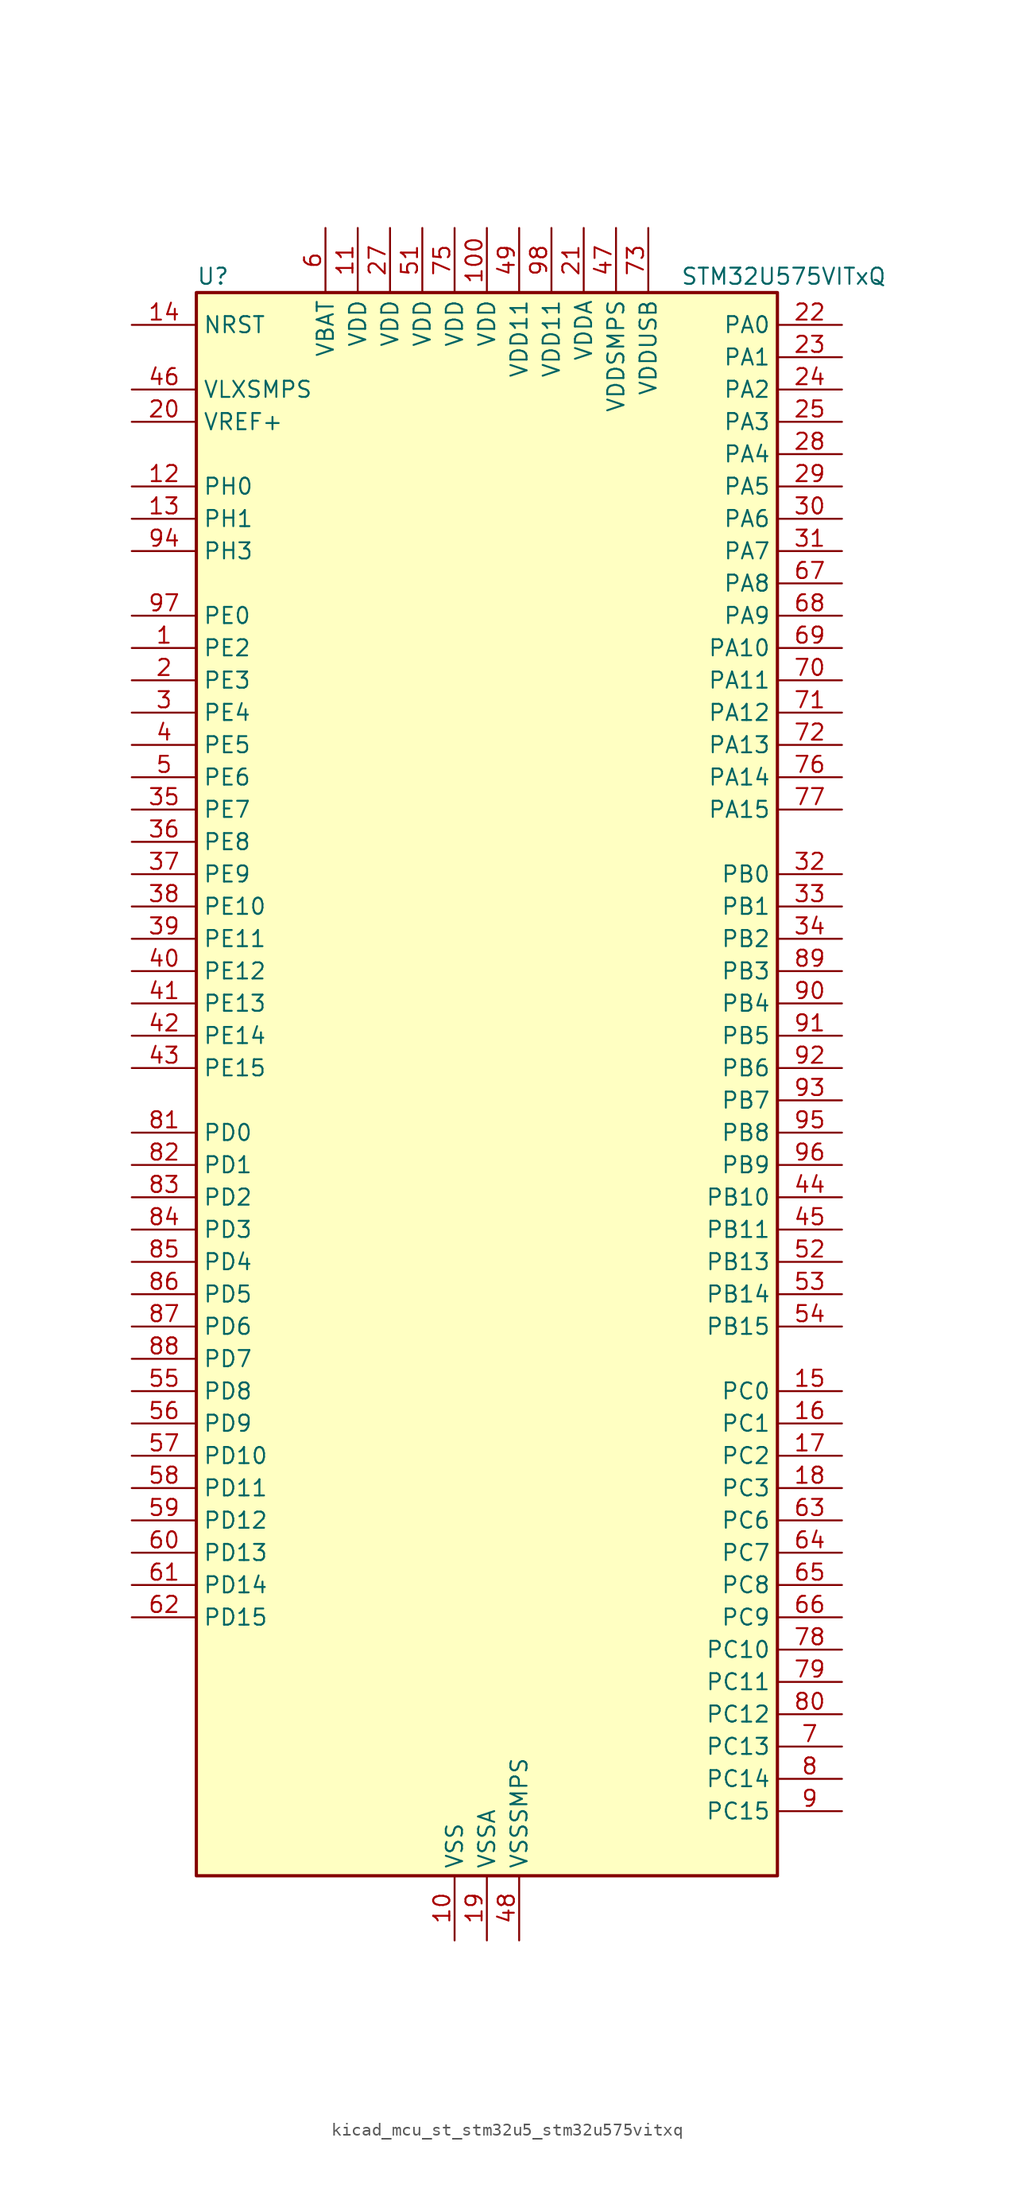
<source format=kicad_sym>
(kicad_symbol_lib
  (version 20220914)
  (generator kicad_symbol_editor)
  (symbol "kicad_mcu_st_stm32u5_stm32u575vitxq"
    (property "Reference" "U"
      (at -22.86 64.77 0)
      (effects (font (size 1.27 1.27)) (justify left)))
    (property "Value" "STM32U575VITxQ"
      (at 15.24 64.77 0)
      (effects (font (size 1.27 1.27)) (justify left)))
    (property "ki_locked" ""
      (at 0 0 0)
      (effects (font (size 1.27 1.27))))
    (symbol "kicad_mcu_st_stm32u5_stm32u575vitxq_0_1"
      (rectangle (start -22.86 -60.96) (end 22.86 63.5) (stroke (width 0.254) (type default)) (fill (type background))))
    (symbol "kicad_mcu_st_stm32u5_stm32u575vitxq_1_1"
      (pin bidirectional line (at -27.94 35.56 0) (length 5.08) (name "PE2" (effects (font (size 1.27 1.27)))) (number "1" (effects (font (size 1.27 1.27)))) (alternate "DEBUG_TRACECLK" bidirectional line) (alternate "FMC_A23" bidirectional line) (alternate "SAI1_CK1" bidirectional line) (alternate "SAI1_MCLK_A" bidirectional line) (alternate "TIM3_ETR" bidirectional line) (alternate "TSC_G7_IO1" bidirectional line))
      (pin power_in line (at -2.54 -66.04 90) (length 5.08) (name "VSS" (effects (font (size 1.27 1.27)))) (number "10" (effects (font (size 1.27 1.27)))))
      (pin power_in line (at 0 68.58 270) (length 5.08) (name "VDD" (effects (font (size 1.27 1.27)))) (number "100" (effects (font (size 1.27 1.27)))))
      (pin power_in line (at -10.16 68.58 270) (length 5.08) (name "VDD" (effects (font (size 1.27 1.27)))) (number "11" (effects (font (size 1.27 1.27)))))
      (pin bidirectional line (at -27.94 48.26 0) (length 5.08) (name "PH0" (effects (font (size 1.27 1.27)))) (number "12" (effects (font (size 1.27 1.27)))) (alternate "RCC_OSC_IN" bidirectional line))
      (pin bidirectional line (at -27.94 45.72 0) (length 5.08) (name "PH1" (effects (font (size 1.27 1.27)))) (number "13" (effects (font (size 1.27 1.27)))) (alternate "RCC_OSC_OUT" bidirectional line))
      (pin input line (at -27.94 60.96 0) (length 5.08) (name "NRST" (effects (font (size 1.27 1.27)))) (number "14" (effects (font (size 1.27 1.27)))))
      (pin bidirectional line (at 27.94 -22.86 180) (length 5.08) (name "PC0" (effects (font (size 1.27 1.27)))) (number "15" (effects (font (size 1.27 1.27)))) (alternate "ADC1_IN1" bidirectional line) (alternate "ADC4_IN1" bidirectional line) (alternate "I2C3_SCL" bidirectional line) (alternate "LPTIM1_IN1" bidirectional line) (alternate "LPTIM2_IN1" bidirectional line) (alternate "LPUART1_RX" bidirectional line) (alternate "MDF1_SDI4" bidirectional line) (alternate "OCTOSPIM_P1_IO7" bidirectional line) (alternate "SAI2_FS_A" bidirectional line) (alternate "SDMMC1_D5" bidirectional line) (alternate "SPI2_RDY" bidirectional line))
      (pin bidirectional line (at 27.94 -25.4 180) (length 5.08) (name "PC1" (effects (font (size 1.27 1.27)))) (number "16" (effects (font (size 1.27 1.27)))) (alternate "ADC1_IN2" bidirectional line) (alternate "ADC4_IN2" bidirectional line) (alternate "DEBUG_TRACED0" bidirectional line) (alternate "I2C3_SDA" bidirectional line) (alternate "LPTIM1_CH1" bidirectional line) (alternate "LPUART1_TX" bidirectional line) (alternate "MDF1_CKI4" bidirectional line) (alternate "OCTOSPIM_P1_IO4" bidirectional line) (alternate "SAI1_SD_A" bidirectional line) (alternate "SDMMC2_CK" bidirectional line) (alternate "SPI2_MOSI" bidirectional line))
      (pin bidirectional line (at 27.94 -27.94 180) (length 5.08) (name "PC2" (effects (font (size 1.27 1.27)))) (number "17" (effects (font (size 1.27 1.27)))) (alternate "ADC1_IN3" bidirectional line) (alternate "ADC4_IN3" bidirectional line) (alternate "LPTIM1_IN2" bidirectional line) (alternate "MDF1_CCK1" bidirectional line) (alternate "OCTOSPIM_P1_IO5" bidirectional line) (alternate "SPI2_MISO" bidirectional line))
      (pin bidirectional line (at 27.94 -30.48 180) (length 5.08) (name "PC3" (effects (font (size 1.27 1.27)))) (number "18" (effects (font (size 1.27 1.27)))) (alternate "ADC1_IN4" bidirectional line) (alternate "ADC4_IN4" bidirectional line) (alternate "LPTIM1_ETR" bidirectional line) (alternate "LPTIM2_ETR" bidirectional line) (alternate "LPTIM3_CH1" bidirectional line) (alternate "OCTOSPIM_P1_IO6" bidirectional line) (alternate "SAI1_D1" bidirectional line) (alternate "SAI1_SD_A" bidirectional line) (alternate "SPI2_MOSI" bidirectional line))
      (pin power_in line (at 0 -66.04 90) (length 5.08) (name "VSSA" (effects (font (size 1.27 1.27)))) (number "19" (effects (font (size 1.27 1.27)))))
      (pin bidirectional line (at -27.94 33.02 0) (length 5.08) (name "PE3" (effects (font (size 1.27 1.27)))) (number "2" (effects (font (size 1.27 1.27)))) (alternate "DEBUG_TRACED0" bidirectional line) (alternate "FMC_A19" bidirectional line) (alternate "OCTOSPIM_P1_DQS" bidirectional line) (alternate "SAI1_SD_B" bidirectional line) (alternate "TAMP_IN6" bidirectional line) (alternate "TAMP_OUT3" bidirectional line) (alternate "TIM3_CH1" bidirectional line) (alternate "TSC_G7_IO2" bidirectional line))
      (pin input line (at -27.94 53.34 0) (length 5.08) (name "VREF+" (effects (font (size 1.27 1.27)))) (number "20" (effects (font (size 1.27 1.27)))) (alternate "VREFBUF_OUT" bidirectional line))
      (pin power_in line (at 7.62 68.58 270) (length 5.08) (name "VDDA" (effects (font (size 1.27 1.27)))) (number "21" (effects (font (size 1.27 1.27)))))
      (pin bidirectional line (at 27.94 60.96 180) (length 5.08) (name "PA0" (effects (font (size 1.27 1.27)))) (number "22" (effects (font (size 1.27 1.27)))) (alternate "ADC1_IN5" bidirectional line) (alternate "AUDIOCLK" bidirectional line) (alternate "OCTOSPIM_P2_NCS" bidirectional line) (alternate "OPAMP1_VINP" bidirectional line) (alternate "PWR_WKUP1" bidirectional line) (alternate "SDMMC2_CMD" bidirectional line) (alternate "SPI3_RDY" bidirectional line) (alternate "TAMP_IN2" bidirectional line) (alternate "TAMP_OUT1" bidirectional line) (alternate "TIM2_CH1" bidirectional line) (alternate "TIM2_ETR" bidirectional line) (alternate "TIM5_CH1" bidirectional line) (alternate "TIM8_ETR" bidirectional line) (alternate "UART4_TX" bidirectional line) (alternate "USART2_CTS" bidirectional line))
      (pin bidirectional line (at 27.94 58.42 180) (length 5.08) (name "PA1" (effects (font (size 1.27 1.27)))) (number "23" (effects (font (size 1.27 1.27)))) (alternate "ADC1_IN6" bidirectional line) (alternate "I2C1_SMBA" bidirectional line) (alternate "LPTIM1_CH2" bidirectional line) (alternate "OCTOSPIM_P1_DQS" bidirectional line) (alternate "OPAMP1_VINM" bidirectional line) (alternate "PWR_WKUP3" bidirectional line) (alternate "SPI1_SCK" bidirectional line) (alternate "TAMP_IN5" bidirectional line) (alternate "TAMP_OUT4" bidirectional line) (alternate "TIM15_CH1N" bidirectional line) (alternate "TIM2_CH2" bidirectional line) (alternate "TIM5_CH2" bidirectional line) (alternate "UART4_RX" bidirectional line) (alternate "USART2_DE" bidirectional line) (alternate "USART2_RTS" bidirectional line))
      (pin bidirectional line (at 27.94 55.88 180) (length 5.08) (name "PA2" (effects (font (size 1.27 1.27)))) (number "24" (effects (font (size 1.27 1.27)))) (alternate "ADC1_IN7" bidirectional line) (alternate "COMP1_INP" bidirectional line) (alternate "LPUART1_TX" bidirectional line) (alternate "OCTOSPIM_P1_NCS" bidirectional line) (alternate "PWR_WKUP4" bidirectional line) (alternate "RCC_LSCO" bidirectional line) (alternate "SPI1_RDY" bidirectional line) (alternate "TIM15_CH1" bidirectional line) (alternate "TIM2_CH3" bidirectional line) (alternate "TIM5_CH3" bidirectional line) (alternate "UCPD1_FRSTX1" bidirectional line) (alternate "USART2_TX" bidirectional line))
      (pin bidirectional line (at 27.94 53.34 180) (length 5.08) (name "PA3" (effects (font (size 1.27 1.27)))) (number "25" (effects (font (size 1.27 1.27)))) (alternate "ADC1_IN8" bidirectional line) (alternate "LPUART1_RX" bidirectional line) (alternate "OCTOSPIM_P1_CLK" bidirectional line) (alternate "OPAMP1_VOUT" bidirectional line) (alternate "PWR_WKUP5" bidirectional line) (alternate "SAI1_CK1" bidirectional line) (alternate "SAI1_MCLK_A" bidirectional line) (alternate "TIM15_CH2" bidirectional line) (alternate "TIM2_CH4" bidirectional line) (alternate "TIM5_CH4" bidirectional line) (alternate "USART2_RX" bidirectional line))
      (pin passive line (at -2.54 -66.04 90) (length 5.08) hide (name "VSS" (effects (font (size 1.27 1.27)))) (number "26" (effects (font (size 1.27 1.27)))))
      (pin power_in line (at -7.62 68.58 270) (length 5.08) (name "VDD" (effects (font (size 1.27 1.27)))) (number "27" (effects (font (size 1.27 1.27)))))
      (pin bidirectional line (at 27.94 50.8 180) (length 5.08) (name "PA4" (effects (font (size 1.27 1.27)))) (number "28" (effects (font (size 1.27 1.27)))) (alternate "ADC1_IN9" bidirectional line) (alternate "ADC4_IN9" bidirectional line) (alternate "DAC1_OUT1" bidirectional line) (alternate "DCMI_HSYNC" bidirectional line) (alternate "LPTIM2_CH1" bidirectional line) (alternate "OCTOSPIM_P1_NCS" bidirectional line) (alternate "PSSI_DE" bidirectional line) (alternate "PWR_WKUP2" bidirectional line) (alternate "SAI1_FS_B" bidirectional line) (alternate "SPI1_NSS" bidirectional line) (alternate "SPI3_NSS" bidirectional line) (alternate "USART2_CK" bidirectional line))
      (pin bidirectional line (at 27.94 48.26 180) (length 5.08) (name "PA5" (effects (font (size 1.27 1.27)))) (number "29" (effects (font (size 1.27 1.27)))) (alternate "ADC1_IN10" bidirectional line) (alternate "ADC4_IN10" bidirectional line) (alternate "DAC1_OUT2" bidirectional line) (alternate "LPTIM2_ETR" bidirectional line) (alternate "PSSI_D14" bidirectional line) (alternate "PWR_CSLEEP" bidirectional line) (alternate "PWR_WKUP6" bidirectional line) (alternate "SPI1_SCK" bidirectional line) (alternate "TIM2_CH1" bidirectional line) (alternate "TIM2_ETR" bidirectional line) (alternate "TIM8_CH1N" bidirectional line) (alternate "USART3_RX" bidirectional line))
      (pin bidirectional line (at -27.94 30.48 0) (length 5.08) (name "PE4" (effects (font (size 1.27 1.27)))) (number "3" (effects (font (size 1.27 1.27)))) (alternate "DCMI_D4" bidirectional line) (alternate "DEBUG_TRACED1" bidirectional line) (alternate "FMC_A20" bidirectional line) (alternate "MDF1_SDI3" bidirectional line) (alternate "PSSI_D4" bidirectional line) (alternate "PWR_WKUP1" bidirectional line) (alternate "SAI1_D2" bidirectional line) (alternate "SAI1_FS_A" bidirectional line) (alternate "TAMP_IN7" bidirectional line) (alternate "TAMP_OUT8" bidirectional line) (alternate "TIM3_CH2" bidirectional line) (alternate "TSC_G7_IO3" bidirectional line))
      (pin bidirectional line (at 27.94 45.72 180) (length 5.08) (name "PA6" (effects (font (size 1.27 1.27)))) (number "30" (effects (font (size 1.27 1.27)))) (alternate "ADC1_IN11" bidirectional line) (alternate "ADC4_IN11" bidirectional line) (alternate "DCMI_PIXCLK" bidirectional line) (alternate "LPUART1_CTS" bidirectional line) (alternate "OCTOSPIM_P1_IO3" bidirectional line) (alternate "OPAMP2_VINP" bidirectional line) (alternate "PSSI_PDCK" bidirectional line) (alternate "PWR_CDSTOP" bidirectional line) (alternate "PWR_WKUP7" bidirectional line) (alternate "SPI1_MISO" bidirectional line) (alternate "TIM16_CH1" bidirectional line) (alternate "TIM1_BKIN" bidirectional line) (alternate "TIM3_CH1" bidirectional line) (alternate "TIM8_BKIN" bidirectional line) (alternate "USART3_CTS" bidirectional line))
      (pin bidirectional line (at 27.94 43.18 180) (length 5.08) (name "PA7" (effects (font (size 1.27 1.27)))) (number "31" (effects (font (size 1.27 1.27)))) (alternate "ADC1_IN12" bidirectional line) (alternate "ADC4_IN20" bidirectional line) (alternate "I2C3_SCL" bidirectional line) (alternate "LPTIM2_CH2" bidirectional line) (alternate "OCTOSPIM_P1_IO2" bidirectional line) (alternate "OPAMP2_VINM" bidirectional line) (alternate "PWR_SRDSTOP" bidirectional line) (alternate "PWR_WKUP8" bidirectional line) (alternate "SPI1_MOSI" bidirectional line) (alternate "TIM17_CH1" bidirectional line) (alternate "TIM1_CH1N" bidirectional line) (alternate "TIM3_CH2" bidirectional line) (alternate "TIM8_CH1N" bidirectional line) (alternate "USART3_TX" bidirectional line))
      (pin bidirectional line (at 27.94 17.78 180) (length 5.08) (name "PB0" (effects (font (size 1.27 1.27)))) (number "32" (effects (font (size 1.27 1.27)))) (alternate "ADC1_IN15" bidirectional line) (alternate "ADC4_IN18" bidirectional line) (alternate "AUDIOCLK" bidirectional line) (alternate "COMP1_OUT" bidirectional line) (alternate "LPTIM3_CH1" bidirectional line) (alternate "OCTOSPIM_P1_IO1" bidirectional line) (alternate "OPAMP2_VOUT" bidirectional line) (alternate "SPI1_NSS" bidirectional line) (alternate "TIM1_CH2N" bidirectional line) (alternate "TIM3_CH3" bidirectional line) (alternate "TIM8_CH2N" bidirectional line) (alternate "USART3_CK" bidirectional line))
      (pin bidirectional line (at 27.94 15.24 180) (length 5.08) (name "PB1" (effects (font (size 1.27 1.27)))) (number "33" (effects (font (size 1.27 1.27)))) (alternate "ADC1_IN16" bidirectional line) (alternate "ADC4_IN19" bidirectional line) (alternate "COMP1_INM" bidirectional line) (alternate "LPTIM2_IN1" bidirectional line) (alternate "LPTIM3_CH2" bidirectional line) (alternate "LPUART1_DE" bidirectional line) (alternate "LPUART1_RTS" bidirectional line) (alternate "MDF1_SDI0" bidirectional line) (alternate "OCTOSPIM_P1_IO0" bidirectional line) (alternate "PWR_WKUP4" bidirectional line) (alternate "TIM1_CH3N" bidirectional line) (alternate "TIM3_CH4" bidirectional line) (alternate "TIM8_CH3N" bidirectional line) (alternate "USART3_DE" bidirectional line) (alternate "USART3_RTS" bidirectional line))
      (pin bidirectional line (at 27.94 12.7 180) (length 5.08) (name "PB2" (effects (font (size 1.27 1.27)))) (number "34" (effects (font (size 1.27 1.27)))) (alternate "ADC1_IN17" bidirectional line) (alternate "COMP1_INP" bidirectional line) (alternate "I2C3_SMBA" bidirectional line) (alternate "LPTIM1_CH1" bidirectional line) (alternate "MDF1_CKI0" bidirectional line) (alternate "OCTOSPIM_P1_DQS" bidirectional line) (alternate "PWR_WKUP1" bidirectional line) (alternate "RTC_OUT2" bidirectional line) (alternate "SPI1_RDY" bidirectional line) (alternate "TIM8_CH4N" bidirectional line) (alternate "UCPD1_FRSTX1" bidirectional line))
      (pin bidirectional line (at -27.94 22.86 0) (length 5.08) (name "PE7" (effects (font (size 1.27 1.27)))) (number "35" (effects (font (size 1.27 1.27)))) (alternate "FMC_D4" bidirectional line) (alternate "FMC_DA4" bidirectional line) (alternate "MDF1_SDI2" bidirectional line) (alternate "PWR_WKUP6" bidirectional line) (alternate "SAI1_SD_B" bidirectional line) (alternate "TIM1_ETR" bidirectional line))
      (pin bidirectional line (at -27.94 20.32 0) (length 5.08) (name "PE8" (effects (font (size 1.27 1.27)))) (number "36" (effects (font (size 1.27 1.27)))) (alternate "FMC_D5" bidirectional line) (alternate "FMC_DA5" bidirectional line) (alternate "MDF1_CKI2" bidirectional line) (alternate "PWR_WKUP7" bidirectional line) (alternate "SAI1_SCK_B" bidirectional line) (alternate "TIM1_CH1N" bidirectional line))
      (pin bidirectional line (at -27.94 17.78 0) (length 5.08) (name "PE9" (effects (font (size 1.27 1.27)))) (number "37" (effects (font (size 1.27 1.27)))) (alternate "ADF1_CCK0" bidirectional line) (alternate "DAC1_EXTI9" bidirectional line) (alternate "FMC_D6" bidirectional line) (alternate "FMC_DA6" bidirectional line) (alternate "MDF1_CCK0" bidirectional line) (alternate "OCTOSPIM_P1_NCLK" bidirectional line) (alternate "SAI1_FS_B" bidirectional line) (alternate "TIM1_CH1" bidirectional line))
      (pin bidirectional line (at -27.94 15.24 0) (length 5.08) (name "PE10" (effects (font (size 1.27 1.27)))) (number "38" (effects (font (size 1.27 1.27)))) (alternate "ADF1_SDI0" bidirectional line) (alternate "FMC_D7" bidirectional line) (alternate "FMC_DA7" bidirectional line) (alternate "MDF1_SDI4" bidirectional line) (alternate "OCTOSPIM_P1_CLK" bidirectional line) (alternate "SAI1_MCLK_B" bidirectional line) (alternate "TIM1_CH2N" bidirectional line) (alternate "TSC_G5_IO1" bidirectional line))
      (pin bidirectional line (at -27.94 12.7 0) (length 5.08) (name "PE11" (effects (font (size 1.27 1.27)))) (number "39" (effects (font (size 1.27 1.27)))) (alternate "ADC1_EXTI11" bidirectional line) (alternate "FMC_D8" bidirectional line) (alternate "FMC_DA8" bidirectional line) (alternate "MDF1_CKI4" bidirectional line) (alternate "OCTOSPIM_P1_NCS" bidirectional line) (alternate "SPI1_RDY" bidirectional line) (alternate "TIM1_CH2" bidirectional line) (alternate "TSC_G5_IO2" bidirectional line))
      (pin bidirectional line (at -27.94 27.94 0) (length 5.08) (name "PE5" (effects (font (size 1.27 1.27)))) (number "4" (effects (font (size 1.27 1.27)))) (alternate "DCMI_D6" bidirectional line) (alternate "DEBUG_TRACED2" bidirectional line) (alternate "FMC_A21" bidirectional line) (alternate "MDF1_CKI3" bidirectional line) (alternate "PSSI_D6" bidirectional line) (alternate "PWR_WKUP2" bidirectional line) (alternate "SAI1_CK2" bidirectional line) (alternate "SAI1_SCK_A" bidirectional line) (alternate "TAMP_IN8" bidirectional line) (alternate "TAMP_OUT7" bidirectional line) (alternate "TIM3_CH3" bidirectional line) (alternate "TSC_G7_IO4" bidirectional line))
      (pin bidirectional line (at -27.94 10.16 0) (length 5.08) (name "PE12" (effects (font (size 1.27 1.27)))) (number "40" (effects (font (size 1.27 1.27)))) (alternate "FMC_D9" bidirectional line) (alternate "FMC_DA9" bidirectional line) (alternate "MDF1_SDI5" bidirectional line) (alternate "OCTOSPIM_P1_IO0" bidirectional line) (alternate "SPI1_NSS" bidirectional line) (alternate "TIM1_CH3N" bidirectional line) (alternate "TSC_G5_IO3" bidirectional line))
      (pin bidirectional line (at -27.94 7.62 0) (length 5.08) (name "PE13" (effects (font (size 1.27 1.27)))) (number "41" (effects (font (size 1.27 1.27)))) (alternate "FMC_D10" bidirectional line) (alternate "FMC_DA10" bidirectional line) (alternate "MDF1_CKI5" bidirectional line) (alternate "OCTOSPIM_P1_IO1" bidirectional line) (alternate "SPI1_SCK" bidirectional line) (alternate "TIM1_CH3" bidirectional line) (alternate "TSC_G5_IO4" bidirectional line))
      (pin bidirectional line (at -27.94 5.08 0) (length 5.08) (name "PE14" (effects (font (size 1.27 1.27)))) (number "42" (effects (font (size 1.27 1.27)))) (alternate "FMC_D11" bidirectional line) (alternate "FMC_DA11" bidirectional line) (alternate "OCTOSPIM_P1_IO2" bidirectional line) (alternate "SPI1_MISO" bidirectional line) (alternate "TIM1_BKIN2" bidirectional line) (alternate "TIM1_CH4" bidirectional line))
      (pin bidirectional line (at -27.94 2.54 0) (length 5.08) (name "PE15" (effects (font (size 1.27 1.27)))) (number "43" (effects (font (size 1.27 1.27)))) (alternate "ADC1_EXTI15" bidirectional line) (alternate "ADC4_EXTI15" bidirectional line) (alternate "FMC_D12" bidirectional line) (alternate "FMC_DA12" bidirectional line) (alternate "OCTOSPIM_P1_IO3" bidirectional line) (alternate "SPI1_MOSI" bidirectional line) (alternate "TIM1_BKIN" bidirectional line) (alternate "TIM1_CH4N" bidirectional line))
      (pin bidirectional line (at 27.94 -7.62 180) (length 5.08) (name "PB10" (effects (font (size 1.27 1.27)))) (number "44" (effects (font (size 1.27 1.27)))) (alternate "COMP1_OUT" bidirectional line) (alternate "I2C2_SCL" bidirectional line) (alternate "I2C4_SCL" bidirectional line) (alternate "LPTIM3_CH1" bidirectional line) (alternate "LPUART1_RX" bidirectional line) (alternate "OCTOSPIM_P1_CLK" bidirectional line) (alternate "PWR_WKUP8" bidirectional line) (alternate "SAI1_SCK_A" bidirectional line) (alternate "SPI2_SCK" bidirectional line) (alternate "TIM2_CH3" bidirectional line) (alternate "TSC_SYNC" bidirectional line) (alternate "USART3_TX" bidirectional line))
      (pin bidirectional line (at 27.94 -10.16 180) (length 5.08) (name "PB11" (effects (font (size 1.27 1.27)))) (number "45" (effects (font (size 1.27 1.27)))) (alternate "ADC1_EXTI11" bidirectional line) (alternate "COMP2_OUT" bidirectional line) (alternate "I2C2_SDA" bidirectional line) (alternate "I2C4_SDA" bidirectional line) (alternate "LPUART1_TX" bidirectional line) (alternate "OCTOSPIM_P1_NCS" bidirectional line) (alternate "SPI2_RDY" bidirectional line) (alternate "TIM2_CH4" bidirectional line) (alternate "USART3_RX" bidirectional line))
      (pin power_in line (at -27.94 55.88 0) (length 5.08) (name "VLXSMPS" (effects (font (size 1.27 1.27)))) (number "46" (effects (font (size 1.27 1.27)))))
      (pin power_in line (at 10.16 68.58 270) (length 5.08) (name "VDDSMPS" (effects (font (size 1.27 1.27)))) (number "47" (effects (font (size 1.27 1.27)))))
      (pin power_in line (at 2.54 -66.04 90) (length 5.08) (name "VSSSMPS" (effects (font (size 1.27 1.27)))) (number "48" (effects (font (size 1.27 1.27)))))
      (pin power_in line (at 2.54 68.58 270) (length 5.08) (name "VDD11" (effects (font (size 1.27 1.27)))) (number "49" (effects (font (size 1.27 1.27)))))
      (pin bidirectional line (at -27.94 25.4 0) (length 5.08) (name "PE6" (effects (font (size 1.27 1.27)))) (number "5" (effects (font (size 1.27 1.27)))) (alternate "DCMI_D7" bidirectional line) (alternate "DEBUG_TRACED3" bidirectional line) (alternate "FMC_A22" bidirectional line) (alternate "PSSI_D7" bidirectional line) (alternate "PWR_WKUP3" bidirectional line) (alternate "SAI1_D1" bidirectional line) (alternate "SAI1_SD_A" bidirectional line) (alternate "TAMP_IN3" bidirectional line) (alternate "TAMP_OUT6" bidirectional line) (alternate "TIM3_CH4" bidirectional line))
      (pin passive line (at -2.54 -66.04 90) (length 5.08) hide (name "VSS" (effects (font (size 1.27 1.27)))) (number "50" (effects (font (size 1.27 1.27)))))
      (pin power_in line (at -5.08 68.58 270) (length 5.08) (name "VDD" (effects (font (size 1.27 1.27)))) (number "51" (effects (font (size 1.27 1.27)))))
      (pin bidirectional line (at 27.94 -12.7 180) (length 5.08) (name "PB13" (effects (font (size 1.27 1.27)))) (number "52" (effects (font (size 1.27 1.27)))) (alternate "I2C2_SCL" bidirectional line) (alternate "LPTIM3_IN1" bidirectional line) (alternate "LPUART1_CTS" bidirectional line) (alternate "MDF1_CKI1" bidirectional line) (alternate "SAI2_SCK_A" bidirectional line) (alternate "SPI2_SCK" bidirectional line) (alternate "TIM15_CH1N" bidirectional line) (alternate "TIM1_CH1N" bidirectional line) (alternate "TSC_G1_IO2" bidirectional line) (alternate "USART3_CTS" bidirectional line))
      (pin bidirectional line (at 27.94 -15.24 180) (length 5.08) (name "PB14" (effects (font (size 1.27 1.27)))) (number "53" (effects (font (size 1.27 1.27)))) (alternate "I2C2_SDA" bidirectional line) (alternate "LPTIM3_ETR" bidirectional line) (alternate "MDF1_SDI2" bidirectional line) (alternate "SAI2_MCLK_A" bidirectional line) (alternate "SDMMC2_D0" bidirectional line) (alternate "SPI2_MISO" bidirectional line) (alternate "TIM15_CH1" bidirectional line) (alternate "TIM1_CH2N" bidirectional line) (alternate "TIM8_CH2N" bidirectional line) (alternate "TSC_G1_IO3" bidirectional line) (alternate "UCPD1_DBCC2" bidirectional line) (alternate "USART3_DE" bidirectional line) (alternate "USART3_RTS" bidirectional line))
      (pin bidirectional line (at 27.94 -17.78 180) (length 5.08) (name "PB15" (effects (font (size 1.27 1.27)))) (number "54" (effects (font (size 1.27 1.27)))) (alternate "ADC1_EXTI15" bidirectional line) (alternate "ADC4_EXTI15" bidirectional line) (alternate "FMC_NBL1" bidirectional line) (alternate "LPTIM2_IN2" bidirectional line) (alternate "MDF1_CKI2" bidirectional line) (alternate "PWR_WKUP7" bidirectional line) (alternate "RTC_REFIN" bidirectional line) (alternate "SAI2_SD_A" bidirectional line) (alternate "SDMMC2_D1" bidirectional line) (alternate "SPI2_MOSI" bidirectional line) (alternate "TIM15_CH2" bidirectional line) (alternate "TIM1_CH3N" bidirectional line) (alternate "TIM8_CH3N" bidirectional line) (alternate "UCPD1_CC2" bidirectional line))
      (pin bidirectional line (at -27.94 -22.86 0) (length 5.08) (name "PD8" (effects (font (size 1.27 1.27)))) (number "55" (effects (font (size 1.27 1.27)))) (alternate "DCMI_HSYNC" bidirectional line) (alternate "FMC_D13" bidirectional line) (alternate "FMC_DA13" bidirectional line) (alternate "PSSI_DE" bidirectional line) (alternate "USART3_TX" bidirectional line))
      (pin bidirectional line (at -27.94 -25.4 0) (length 5.08) (name "PD9" (effects (font (size 1.27 1.27)))) (number "56" (effects (font (size 1.27 1.27)))) (alternate "DAC1_EXTI9" bidirectional line) (alternate "DCMI_PIXCLK" bidirectional line) (alternate "FMC_D14" bidirectional line) (alternate "FMC_DA14" bidirectional line) (alternate "LPTIM2_IN2" bidirectional line) (alternate "LPTIM3_IN1" bidirectional line) (alternate "PSSI_PDCK" bidirectional line) (alternate "SAI2_MCLK_A" bidirectional line) (alternate "USART3_RX" bidirectional line))
      (pin bidirectional line (at -27.94 -27.94 0) (length 5.08) (name "PD10" (effects (font (size 1.27 1.27)))) (number "57" (effects (font (size 1.27 1.27)))) (alternate "FMC_D15" bidirectional line) (alternate "FMC_DA15" bidirectional line) (alternate "LPTIM2_CH2" bidirectional line) (alternate "LPTIM3_ETR" bidirectional line) (alternate "SAI2_SCK_A" bidirectional line) (alternate "TSC_G6_IO1" bidirectional line) (alternate "USART3_CK" bidirectional line))
      (pin bidirectional line (at -27.94 -30.48 0) (length 5.08) (name "PD11" (effects (font (size 1.27 1.27)))) (number "58" (effects (font (size 1.27 1.27)))) (alternate "ADC1_EXTI11" bidirectional line) (alternate "ADC4_IN15" bidirectional line) (alternate "FMC_A16" bidirectional line) (alternate "FMC_CLE" bidirectional line) (alternate "I2C4_SMBA" bidirectional line) (alternate "LPTIM2_ETR" bidirectional line) (alternate "SAI2_SD_A" bidirectional line) (alternate "TSC_G6_IO2" bidirectional line) (alternate "USART3_CTS" bidirectional line))
      (pin bidirectional line (at -27.94 -33.02 0) (length 5.08) (name "PD12" (effects (font (size 1.27 1.27)))) (number "59" (effects (font (size 1.27 1.27)))) (alternate "ADC4_IN16" bidirectional line) (alternate "FMC_A17" bidirectional line) (alternate "FMC_ALE" bidirectional line) (alternate "I2C4_SCL" bidirectional line) (alternate "LPTIM2_IN1" bidirectional line) (alternate "SAI2_FS_A" bidirectional line) (alternate "TIM4_CH1" bidirectional line) (alternate "TSC_G6_IO3" bidirectional line) (alternate "USART3_DE" bidirectional line) (alternate "USART3_RTS" bidirectional line))
      (pin power_in line (at -12.7 68.58 270) (length 5.08) (name "VBAT" (effects (font (size 1.27 1.27)))) (number "6" (effects (font (size 1.27 1.27)))))
      (pin bidirectional line (at -27.94 -35.56 0) (length 5.08) (name "PD13" (effects (font (size 1.27 1.27)))) (number "60" (effects (font (size 1.27 1.27)))) (alternate "ADC4_IN17" bidirectional line) (alternate "FMC_A18" bidirectional line) (alternate "I2C4_SDA" bidirectional line) (alternate "LPTIM2_CH1" bidirectional line) (alternate "LPTIM4_IN1" bidirectional line) (alternate "TIM4_CH2" bidirectional line) (alternate "TSC_G6_IO4" bidirectional line))
      (pin bidirectional line (at -27.94 -38.1 0) (length 5.08) (name "PD14" (effects (font (size 1.27 1.27)))) (number "61" (effects (font (size 1.27 1.27)))) (alternate "FMC_D0" bidirectional line) (alternate "FMC_DA0" bidirectional line) (alternate "LPTIM3_CH1" bidirectional line) (alternate "TIM4_CH3" bidirectional line))
      (pin bidirectional line (at -27.94 -40.64 0) (length 5.08) (name "PD15" (effects (font (size 1.27 1.27)))) (number "62" (effects (font (size 1.27 1.27)))) (alternate "ADC1_EXTI15" bidirectional line) (alternate "ADC4_EXTI15" bidirectional line) (alternate "FMC_D1" bidirectional line) (alternate "FMC_DA1" bidirectional line) (alternate "LPTIM3_CH2" bidirectional line) (alternate "TIM4_CH4" bidirectional line))
      (pin bidirectional line (at 27.94 -33.02 180) (length 5.08) (name "PC6" (effects (font (size 1.27 1.27)))) (number "63" (effects (font (size 1.27 1.27)))) (alternate "DCMI_D0" bidirectional line) (alternate "MDF1_CKI3" bidirectional line) (alternate "PSSI_D0" bidirectional line) (alternate "PWR_CSLEEP" bidirectional line) (alternate "SAI2_MCLK_A" bidirectional line) (alternate "SDMMC1_D0DIR" bidirectional line) (alternate "SDMMC1_D6" bidirectional line) (alternate "SDMMC2_D6" bidirectional line) (alternate "TIM3_CH1" bidirectional line) (alternate "TIM8_CH1" bidirectional line) (alternate "TSC_G4_IO1" bidirectional line))
      (pin bidirectional line (at 27.94 -35.56 180) (length 5.08) (name "PC7" (effects (font (size 1.27 1.27)))) (number "64" (effects (font (size 1.27 1.27)))) (alternate "DCMI_D1" bidirectional line) (alternate "LPTIM2_CH2" bidirectional line) (alternate "MDF1_SDI3" bidirectional line) (alternate "PSSI_D1" bidirectional line) (alternate "PWR_CDSTOP" bidirectional line) (alternate "SAI2_MCLK_B" bidirectional line) (alternate "SDMMC1_D123DIR" bidirectional line) (alternate "SDMMC1_D7" bidirectional line) (alternate "SDMMC2_D7" bidirectional line) (alternate "TIM3_CH2" bidirectional line) (alternate "TIM8_CH2" bidirectional line) (alternate "TSC_G4_IO2" bidirectional line))
      (pin bidirectional line (at 27.94 -38.1 180) (length 5.08) (name "PC8" (effects (font (size 1.27 1.27)))) (number "65" (effects (font (size 1.27 1.27)))) (alternate "DCMI_D2" bidirectional line) (alternate "LPTIM3_CH1" bidirectional line) (alternate "PSSI_D2" bidirectional line) (alternate "PWR_SRDSTOP" bidirectional line) (alternate "SDMMC1_D0" bidirectional line) (alternate "TIM3_CH3" bidirectional line) (alternate "TIM8_CH3" bidirectional line) (alternate "TSC_G4_IO3" bidirectional line))
      (pin bidirectional line (at 27.94 -40.64 180) (length 5.08) (name "PC9" (effects (font (size 1.27 1.27)))) (number "66" (effects (font (size 1.27 1.27)))) (alternate "DAC1_EXTI9" bidirectional line) (alternate "DCMI_D3" bidirectional line) (alternate "DEBUG_TRACED0" bidirectional line) (alternate "LPTIM3_CH2" bidirectional line) (alternate "PSSI_D3" bidirectional line) (alternate "SDMMC1_D1" bidirectional line) (alternate "TIM3_CH4" bidirectional line) (alternate "TIM8_BKIN2" bidirectional line) (alternate "TIM8_CH4" bidirectional line) (alternate "TSC_G4_IO4" bidirectional line) (alternate "USB_OTG_FS_NOE" bidirectional line))
      (pin bidirectional line (at 27.94 40.64 180) (length 5.08) (name "PA8" (effects (font (size 1.27 1.27)))) (number "67" (effects (font (size 1.27 1.27)))) (alternate "DEBUG_TRACECLK" bidirectional line) (alternate "LPTIM2_CH1" bidirectional line) (alternate "RCC_MCO" bidirectional line) (alternate "SAI1_CK2" bidirectional line) (alternate "SAI1_SCK_A" bidirectional line) (alternate "SPI1_RDY" bidirectional line) (alternate "TIM1_CH1" bidirectional line) (alternate "USART1_CK" bidirectional line) (alternate "USB_OTG_FS_SOF" bidirectional line))
      (pin bidirectional line (at 27.94 38.1 180) (length 5.08) (name "PA9" (effects (font (size 1.27 1.27)))) (number "68" (effects (font (size 1.27 1.27)))) (alternate "DAC1_EXTI9" bidirectional line) (alternate "DCMI_D0" bidirectional line) (alternate "PSSI_D0" bidirectional line) (alternate "SAI1_FS_A" bidirectional line) (alternate "SPI2_SCK" bidirectional line) (alternate "TIM15_BKIN" bidirectional line) (alternate "TIM1_CH2" bidirectional line) (alternate "USART1_TX" bidirectional line) (alternate "USB_OTG_FS_VBUS" bidirectional line))
      (pin bidirectional line (at 27.94 35.56 180) (length 5.08) (name "PA10" (effects (font (size 1.27 1.27)))) (number "69" (effects (font (size 1.27 1.27)))) (alternate "CRS_SYNC" bidirectional line) (alternate "DCMI_D1" bidirectional line) (alternate "LPTIM2_IN2" bidirectional line) (alternate "PSSI_D1" bidirectional line) (alternate "SAI1_D1" bidirectional line) (alternate "SAI1_SD_A" bidirectional line) (alternate "TIM17_BKIN" bidirectional line) (alternate "TIM1_CH3" bidirectional line) (alternate "USART1_RX" bidirectional line) (alternate "USB_OTG_FS_ID" bidirectional line))
      (pin bidirectional line (at 27.94 -50.8 180) (length 5.08) (name "PC13" (effects (font (size 1.27 1.27)))) (number "7" (effects (font (size 1.27 1.27)))) (alternate "PWR_WKUP2" bidirectional line) (alternate "RTC_OUT1" bidirectional line) (alternate "RTC_TS" bidirectional line) (alternate "TAMP_IN1" bidirectional line) (alternate "TAMP_OUT2" bidirectional line))
      (pin bidirectional line (at 27.94 33.02 180) (length 5.08) (name "PA11" (effects (font (size 1.27 1.27)))) (number "70" (effects (font (size 1.27 1.27)))) (alternate "ADC1_EXTI11" bidirectional line) (alternate "FDCAN1_RX" bidirectional line) (alternate "SPI1_MISO" bidirectional line) (alternate "TIM1_BKIN2" bidirectional line) (alternate "TIM1_CH4" bidirectional line) (alternate "USART1_CTS" bidirectional line) (alternate "USB_OTG_FS_DM" bidirectional line))
      (pin bidirectional line (at 27.94 30.48 180) (length 5.08) (name "PA12" (effects (font (size 1.27 1.27)))) (number "71" (effects (font (size 1.27 1.27)))) (alternate "FDCAN1_TX" bidirectional line) (alternate "OCTOSPIM_P2_NCS" bidirectional line) (alternate "SPI1_MOSI" bidirectional line) (alternate "TIM1_ETR" bidirectional line) (alternate "USART1_DE" bidirectional line) (alternate "USART1_RTS" bidirectional line) (alternate "USB_OTG_FS_DP" bidirectional line))
      (pin bidirectional line (at 27.94 27.94 180) (length 5.08) (name "PA13" (effects (font (size 1.27 1.27)))) (number "72" (effects (font (size 1.27 1.27)))) (alternate "DEBUG_JTMS-SWDIO" bidirectional line) (alternate "IR_OUT" bidirectional line) (alternate "SAI1_SD_B" bidirectional line) (alternate "USB_OTG_FS_NOE" bidirectional line))
      (pin power_in line (at 12.7 68.58 270) (length 5.08) (name "VDDUSB" (effects (font (size 1.27 1.27)))) (number "73" (effects (font (size 1.27 1.27)))))
      (pin passive line (at -2.54 -66.04 90) (length 5.08) hide (name "VSS" (effects (font (size 1.27 1.27)))) (number "74" (effects (font (size 1.27 1.27)))))
      (pin power_in line (at -2.54 68.58 270) (length 5.08) (name "VDD" (effects (font (size 1.27 1.27)))) (number "75" (effects (font (size 1.27 1.27)))))
      (pin bidirectional line (at 27.94 25.4 180) (length 5.08) (name "PA14" (effects (font (size 1.27 1.27)))) (number "76" (effects (font (size 1.27 1.27)))) (alternate "DEBUG_JTCK-SWCLK" bidirectional line) (alternate "I2C1_SMBA" bidirectional line) (alternate "I2C4_SMBA" bidirectional line) (alternate "LPTIM1_CH1" bidirectional line) (alternate "SAI1_FS_B" bidirectional line) (alternate "USB_OTG_FS_SOF" bidirectional line))
      (pin bidirectional line (at 27.94 22.86 180) (length 5.08) (name "PA15" (effects (font (size 1.27 1.27)))) (number "77" (effects (font (size 1.27 1.27)))) (alternate "ADC1_EXTI15" bidirectional line) (alternate "ADC4_EXTI15" bidirectional line) (alternate "DEBUG_JTDI" bidirectional line) (alternate "SAI2_FS_B" bidirectional line) (alternate "SPI1_NSS" bidirectional line) (alternate "SPI3_NSS" bidirectional line) (alternate "TIM2_CH1" bidirectional line) (alternate "TIM2_ETR" bidirectional line) (alternate "UART4_DE" bidirectional line) (alternate "UART4_RTS" bidirectional line) (alternate "UCPD1_CC1" bidirectional line) (alternate "USART2_RX" bidirectional line) (alternate "USART3_DE" bidirectional line) (alternate "USART3_RTS" bidirectional line))
      (pin bidirectional line (at 27.94 -43.18 180) (length 5.08) (name "PC10" (effects (font (size 1.27 1.27)))) (number "78" (effects (font (size 1.27 1.27)))) (alternate "ADF1_CCK1" bidirectional line) (alternate "DCMI_D8" bidirectional line) (alternate "DEBUG_TRACED1" bidirectional line) (alternate "LPTIM3_ETR" bidirectional line) (alternate "PSSI_D8" bidirectional line) (alternate "SAI2_SCK_B" bidirectional line) (alternate "SDMMC1_D2" bidirectional line) (alternate "SPI3_SCK" bidirectional line) (alternate "TSC_G3_IO2" bidirectional line) (alternate "UART4_TX" bidirectional line) (alternate "USART3_TX" bidirectional line))
      (pin bidirectional line (at 27.94 -45.72 180) (length 5.08) (name "PC11" (effects (font (size 1.27 1.27)))) (number "79" (effects (font (size 1.27 1.27)))) (alternate "ADC1_EXTI11" bidirectional line) (alternate "ADF1_SDI0" bidirectional line) (alternate "DCMI_D2" bidirectional line) (alternate "DCMI_D4" bidirectional line) (alternate "LPTIM3_IN1" bidirectional line) (alternate "OCTOSPIM_P1_NCS" bidirectional line) (alternate "PSSI_D2" bidirectional line) (alternate "PSSI_D4" bidirectional line) (alternate "SAI2_MCLK_B" bidirectional line) (alternate "SDMMC1_D3" bidirectional line) (alternate "SPI3_MISO" bidirectional line) (alternate "TSC_G3_IO3" bidirectional line) (alternate "UART4_RX" bidirectional line) (alternate "UCPD1_FRSTX2" bidirectional line) (alternate "USART3_RX" bidirectional line))
      (pin bidirectional line (at 27.94 -53.34 180) (length 5.08) (name "PC14" (effects (font (size 1.27 1.27)))) (number "8" (effects (font (size 1.27 1.27)))) (alternate "RCC_OSC32_IN" bidirectional line))
      (pin bidirectional line (at 27.94 -48.26 180) (length 5.08) (name "PC12" (effects (font (size 1.27 1.27)))) (number "80" (effects (font (size 1.27 1.27)))) (alternate "DCMI_D9" bidirectional line) (alternate "DEBUG_TRACED3" bidirectional line) (alternate "PSSI_D9" bidirectional line) (alternate "SAI2_SD_B" bidirectional line) (alternate "SDMMC1_CK" bidirectional line) (alternate "SPI3_MOSI" bidirectional line) (alternate "TSC_G3_IO4" bidirectional line) (alternate "UART5_TX" bidirectional line) (alternate "USART3_CK" bidirectional line))
      (pin bidirectional line (at -27.94 -2.54 0) (length 5.08) (name "PD0" (effects (font (size 1.27 1.27)))) (number "81" (effects (font (size 1.27 1.27)))) (alternate "FDCAN1_RX" bidirectional line) (alternate "FMC_D2" bidirectional line) (alternate "FMC_DA2" bidirectional line) (alternate "SPI2_NSS" bidirectional line) (alternate "TIM8_CH4N" bidirectional line))
      (pin bidirectional line (at -27.94 -5.08 0) (length 5.08) (name "PD1" (effects (font (size 1.27 1.27)))) (number "82" (effects (font (size 1.27 1.27)))) (alternate "FDCAN1_TX" bidirectional line) (alternate "FMC_D3" bidirectional line) (alternate "FMC_DA3" bidirectional line) (alternate "SPI2_SCK" bidirectional line))
      (pin bidirectional line (at -27.94 -7.62 0) (length 5.08) (name "PD2" (effects (font (size 1.27 1.27)))) (number "83" (effects (font (size 1.27 1.27)))) (alternate "DCMI_D11" bidirectional line) (alternate "DEBUG_TRACED2" bidirectional line) (alternate "LPTIM4_ETR" bidirectional line) (alternate "PSSI_D11" bidirectional line) (alternate "SDMMC1_CMD" bidirectional line) (alternate "TIM3_ETR" bidirectional line) (alternate "TSC_SYNC" bidirectional line) (alternate "UART5_RX" bidirectional line) (alternate "USART3_DE" bidirectional line) (alternate "USART3_RTS" bidirectional line))
      (pin bidirectional line (at -27.94 -10.16 0) (length 5.08) (name "PD3" (effects (font (size 1.27 1.27)))) (number "84" (effects (font (size 1.27 1.27)))) (alternate "DCMI_D5" bidirectional line) (alternate "FMC_CLK" bidirectional line) (alternate "MDF1_SDI0" bidirectional line) (alternate "OCTOSPIM_P2_NCS" bidirectional line) (alternate "PSSI_D5" bidirectional line) (alternate "SPI2_MISO" bidirectional line) (alternate "SPI2_SCK" bidirectional line) (alternate "USART2_CTS" bidirectional line))
      (pin bidirectional line (at -27.94 -12.7 0) (length 5.08) (name "PD4" (effects (font (size 1.27 1.27)))) (number "85" (effects (font (size 1.27 1.27)))) (alternate "FMC_NOE" bidirectional line) (alternate "MDF1_CKI0" bidirectional line) (alternate "OCTOSPIM_P1_IO4" bidirectional line) (alternate "SPI2_MOSI" bidirectional line) (alternate "USART2_DE" bidirectional line) (alternate "USART2_RTS" bidirectional line))
      (pin bidirectional line (at -27.94 -15.24 0) (length 5.08) (name "PD5" (effects (font (size 1.27 1.27)))) (number "86" (effects (font (size 1.27 1.27)))) (alternate "FMC_NWE" bidirectional line) (alternate "OCTOSPIM_P1_IO5" bidirectional line) (alternate "SPI2_RDY" bidirectional line) (alternate "USART2_TX" bidirectional line))
      (pin bidirectional line (at -27.94 -17.78 0) (length 5.08) (name "PD6" (effects (font (size 1.27 1.27)))) (number "87" (effects (font (size 1.27 1.27)))) (alternate "DCMI_D10" bidirectional line) (alternate "FMC_NWAIT" bidirectional line) (alternate "MDF1_SDI1" bidirectional line) (alternate "OCTOSPIM_P1_IO6" bidirectional line) (alternate "PSSI_D10" bidirectional line) (alternate "SAI1_D1" bidirectional line) (alternate "SAI1_SD_A" bidirectional line) (alternate "SDMMC2_CK" bidirectional line) (alternate "SPI3_MOSI" bidirectional line) (alternate "USART2_RX" bidirectional line))
      (pin bidirectional line (at -27.94 -20.32 0) (length 5.08) (name "PD7" (effects (font (size 1.27 1.27)))) (number "88" (effects (font (size 1.27 1.27)))) (alternate "FMC_NCE" bidirectional line) (alternate "FMC_NE1" bidirectional line) (alternate "LPTIM4_OUT" bidirectional line) (alternate "MDF1_CKI1" bidirectional line) (alternate "OCTOSPIM_P1_IO7" bidirectional line) (alternate "SDMMC2_CMD" bidirectional line) (alternate "USART2_CK" bidirectional line))
      (pin bidirectional line (at 27.94 10.16 180) (length 5.08) (name "PB3" (effects (font (size 1.27 1.27)))) (number "89" (effects (font (size 1.27 1.27)))) (alternate "ADF1_CCK0" bidirectional line) (alternate "COMP2_INM" bidirectional line) (alternate "CRS_SYNC" bidirectional line) (alternate "DEBUG_JTDO-SWO" bidirectional line) (alternate "I2C1_SDA" bidirectional line) (alternate "LPTIM1_CH1" bidirectional line) (alternate "SAI1_SCK_B" bidirectional line) (alternate "SDMMC2_D2" bidirectional line) (alternate "SPI1_SCK" bidirectional line) (alternate "SPI3_SCK" bidirectional line) (alternate "TIM2_CH2" bidirectional line) (alternate "USART1_DE" bidirectional line) (alternate "USART1_RTS" bidirectional line))
      (pin bidirectional line (at 27.94 -55.88 180) (length 5.08) (name "PC15" (effects (font (size 1.27 1.27)))) (number "9" (effects (font (size 1.27 1.27)))) (alternate "ADC1_EXTI15" bidirectional line) (alternate "ADC4_EXTI15" bidirectional line) (alternate "RCC_OSC32_OUT" bidirectional line))
      (pin bidirectional line (at 27.94 7.62 180) (length 5.08) (name "PB4" (effects (font (size 1.27 1.27)))) (number "90" (effects (font (size 1.27 1.27)))) (alternate "ADF1_SDI0" bidirectional line) (alternate "COMP2_INP" bidirectional line) (alternate "DCMI_D12" bidirectional line) (alternate "DEBUG_JTRST" bidirectional line) (alternate "I2C3_SDA" bidirectional line) (alternate "LPTIM1_CH2" bidirectional line) (alternate "PSSI_D12" bidirectional line) (alternate "SAI1_MCLK_B" bidirectional line) (alternate "SDMMC2_D3" bidirectional line) (alternate "SPI1_MISO" bidirectional line) (alternate "SPI3_MISO" bidirectional line) (alternate "TIM17_BKIN" bidirectional line) (alternate "TIM3_CH1" bidirectional line) (alternate "TSC_G2_IO1" bidirectional line) (alternate "UART5_DE" bidirectional line) (alternate "UART5_RTS" bidirectional line) (alternate "USART1_CTS" bidirectional line))
      (pin bidirectional line (at 27.94 5.08 180) (length 5.08) (name "PB5" (effects (font (size 1.27 1.27)))) (number "91" (effects (font (size 1.27 1.27)))) (alternate "COMP2_OUT" bidirectional line) (alternate "DCMI_D10" bidirectional line) (alternate "I2C1_SMBA" bidirectional line) (alternate "LPTIM1_IN1" bidirectional line) (alternate "OCTOSPIM_P1_NCLK" bidirectional line) (alternate "PSSI_D10" bidirectional line) (alternate "PWR_WKUP6" bidirectional line) (alternate "SAI1_SD_B" bidirectional line) (alternate "SPI1_MOSI" bidirectional line) (alternate "SPI3_MOSI" bidirectional line) (alternate "TIM16_BKIN" bidirectional line) (alternate "TIM3_CH2" bidirectional line) (alternate "TSC_G2_IO2" bidirectional line) (alternate "UART5_CTS" bidirectional line) (alternate "UCPD1_DBCC1" bidirectional line) (alternate "USART1_CK" bidirectional line))
      (pin bidirectional line (at 27.94 2.54 180) (length 5.08) (name "PB6" (effects (font (size 1.27 1.27)))) (number "92" (effects (font (size 1.27 1.27)))) (alternate "COMP2_INP" bidirectional line) (alternate "DCMI_D5" bidirectional line) (alternate "I2C1_SCL" bidirectional line) (alternate "I2C4_SCL" bidirectional line) (alternate "LPTIM1_ETR" bidirectional line) (alternate "MDF1_SDI5" bidirectional line) (alternate "PSSI_D5" bidirectional line) (alternate "PWR_WKUP3" bidirectional line) (alternate "SAI1_FS_B" bidirectional line) (alternate "TIM16_CH1N" bidirectional line) (alternate "TIM4_CH1" bidirectional line) (alternate "TIM8_BKIN2" bidirectional line) (alternate "TSC_G2_IO3" bidirectional line) (alternate "USART1_TX" bidirectional line))
      (pin bidirectional line (at 27.94 0 180) (length 5.08) (name "PB7" (effects (font (size 1.27 1.27)))) (number "93" (effects (font (size 1.27 1.27)))) (alternate "COMP2_INM" bidirectional line) (alternate "DCMI_VSYNC" bidirectional line) (alternate "FMC_NL" bidirectional line) (alternate "I2C1_SDA" bidirectional line) (alternate "I2C4_SDA" bidirectional line) (alternate "LPTIM1_IN2" bidirectional line) (alternate "MDF1_CKI5" bidirectional line) (alternate "PSSI_RDY" bidirectional line) (alternate "PWR_PVD_IN" bidirectional line) (alternate "PWR_WKUP4" bidirectional line) (alternate "TIM17_CH1N" bidirectional line) (alternate "TIM4_CH2" bidirectional line) (alternate "TIM8_BKIN" bidirectional line) (alternate "TSC_G2_IO4" bidirectional line) (alternate "UART4_CTS" bidirectional line) (alternate "USART1_RX" bidirectional line))
      (pin bidirectional line (at -27.94 43.18 0) (length 5.08) (name "PH3" (effects (font (size 1.27 1.27)))) (number "94" (effects (font (size 1.27 1.27)))))
      (pin bidirectional line (at 27.94 -2.54 180) (length 5.08) (name "PB8" (effects (font (size 1.27 1.27)))) (number "95" (effects (font (size 1.27 1.27)))) (alternate "DCMI_D6" bidirectional line) (alternate "FDCAN1_RX" bidirectional line) (alternate "I2C1_SCL" bidirectional line) (alternate "MDF1_CCK0" bidirectional line) (alternate "PSSI_D6" bidirectional line) (alternate "PWR_WKUP5" bidirectional line) (alternate "SAI1_CK1" bidirectional line) (alternate "SAI1_MCLK_A" bidirectional line) (alternate "SDMMC1_CKIN" bidirectional line) (alternate "SDMMC1_D4" bidirectional line) (alternate "SDMMC2_D4" bidirectional line) (alternate "SPI3_RDY" bidirectional line) (alternate "TIM16_CH1" bidirectional line) (alternate "TIM4_CH3" bidirectional line))
      (pin bidirectional line (at 27.94 -5.08 180) (length 5.08) (name "PB9" (effects (font (size 1.27 1.27)))) (number "96" (effects (font (size 1.27 1.27)))) (alternate "DAC1_EXTI9" bidirectional line) (alternate "DCMI_D7" bidirectional line) (alternate "FDCAN1_TX" bidirectional line) (alternate "I2C1_SDA" bidirectional line) (alternate "IR_OUT" bidirectional line) (alternate "PSSI_D7" bidirectional line) (alternate "SAI1_D2" bidirectional line) (alternate "SAI1_FS_A" bidirectional line) (alternate "SDMMC1_CDIR" bidirectional line) (alternate "SDMMC1_D5" bidirectional line) (alternate "SDMMC2_D5" bidirectional line) (alternate "SPI2_NSS" bidirectional line) (alternate "TIM17_CH1" bidirectional line) (alternate "TIM4_CH4" bidirectional line))
      (pin bidirectional line (at -27.94 38.1 0) (length 5.08) (name "PE0" (effects (font (size 1.27 1.27)))) (number "97" (effects (font (size 1.27 1.27)))) (alternate "DCMI_D2" bidirectional line) (alternate "FMC_NBL0" bidirectional line) (alternate "PSSI_D2" bidirectional line) (alternate "TIM16_CH1" bidirectional line) (alternate "TIM4_ETR" bidirectional line))
      (pin power_in line (at 5.08 68.58 270) (length 5.08) (name "VDD11" (effects (font (size 1.27 1.27)))) (number "98" (effects (font (size 1.27 1.27)))))
      (pin passive line (at -2.54 -66.04 90) (length 5.08) hide (name "VSS" (effects (font (size 1.27 1.27)))) (number "99" (effects (font (size 1.27 1.27))))))))
</source>
